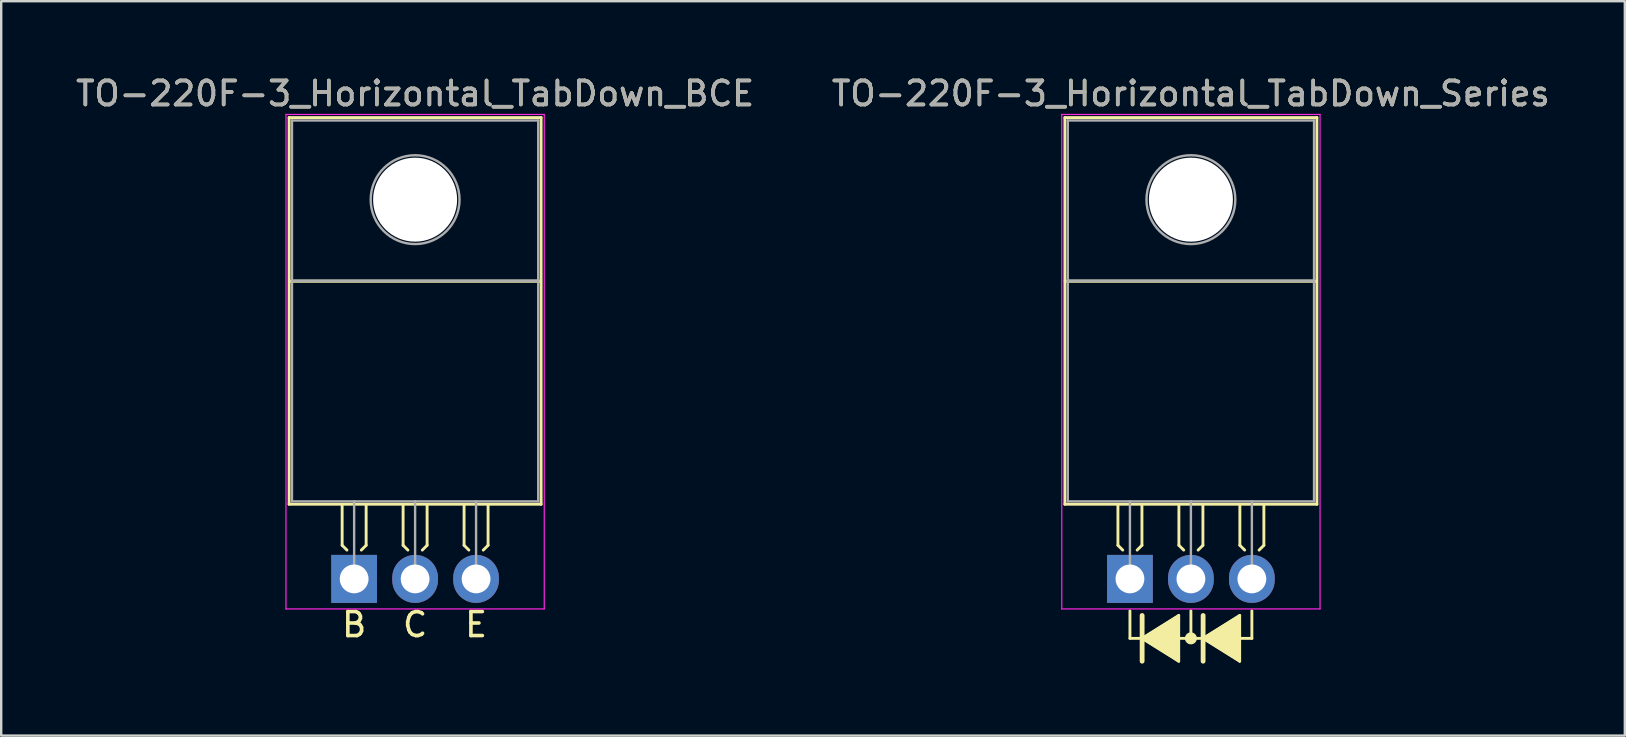
<source format=kicad_pcb>
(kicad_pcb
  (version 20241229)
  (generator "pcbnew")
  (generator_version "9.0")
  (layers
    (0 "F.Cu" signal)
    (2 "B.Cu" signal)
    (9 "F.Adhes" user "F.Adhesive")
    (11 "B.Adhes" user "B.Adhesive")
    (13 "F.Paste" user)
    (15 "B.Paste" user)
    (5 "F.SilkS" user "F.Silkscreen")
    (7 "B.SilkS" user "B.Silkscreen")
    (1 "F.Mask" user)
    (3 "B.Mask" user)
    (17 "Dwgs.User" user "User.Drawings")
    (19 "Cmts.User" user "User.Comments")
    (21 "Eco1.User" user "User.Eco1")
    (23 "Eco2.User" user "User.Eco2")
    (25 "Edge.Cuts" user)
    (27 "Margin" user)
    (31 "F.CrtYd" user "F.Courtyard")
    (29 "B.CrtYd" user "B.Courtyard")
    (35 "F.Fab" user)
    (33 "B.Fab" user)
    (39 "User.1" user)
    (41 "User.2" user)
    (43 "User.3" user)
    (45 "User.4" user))
  (footprint "TO-220F-3_Horizontal_TabDown_Series"
    (layer "F.Cu")
    (at 44.025 21.068)
    (property "Reference" "TO-220F-3_Horizontal_TabDown_Series" (at 2.54 -20.22 0) (layer "F.SilkS") (effects (font (size 1 1) (thickness 0.15))))
    (attr through_hole)
    (fp_line (start -2.71 -19.22) (end -2.71 -3.11) (stroke (width 0.12) (type solid)) (layer "F.SilkS"))
    (fp_line (start -2.71 -19.22) (end 7.79 -19.22) (stroke (width 0.12) (type solid)) (layer "F.SilkS"))
    (fp_line (start -2.71 -3.11) (end 7.79 -3.11) (stroke (width 0.12) (type solid)) (layer "F.SilkS"))
    (fp_line (start -2.7 -12.4) (end 7.75 -12.4) (stroke (width 0.12) (type solid)) (layer "F.SilkS"))
    (fp_line (start -0.5 -3.048) (end -0.5 -1.4) (stroke (width 0.12) (type solid)) (layer "F.SilkS"))
    (fp_line (start -0.5 -1.4) (end -0.3 -1.2) (stroke (width 0.12) (type solid)) (layer "F.SilkS"))
    (fp_line (start 0 1.333) (end 0 2.477) (stroke (width 0.12) (type solid)) (layer "F.SilkS"))
    (fp_line (start 0 2.477) (end 0.508 2.477) (stroke (width 0.12) (type solid)) (layer "F.SilkS"))
    (fp_line (start 0.5 -3.048) (end 0.5 -1.4) (stroke (width 0.12) (type solid)) (layer "F.SilkS"))
    (fp_line (start 0.5 -1.4) (end 0.3 -1.2) (stroke (width 0.12) (type solid)) (layer "F.SilkS"))
    (fp_line (start 0.508 1.524) (end 0.508 3.429) (stroke (width 0.2) (type solid)) (layer "F.SilkS"))
    (fp_line (start 0.508 2.477) (end 2.032 1.524) (stroke (width 0.12) (type solid)) (layer "F.SilkS"))
    (fp_line (start 0.508 2.477) (end 2.032 3.429) (stroke (width 0.12) (type solid)) (layer "F.SilkS"))
    (fp_line (start 2.032 1.714) (end 2.032 1.524) (stroke (width 0.12) (type solid)) (layer "F.SilkS"))
    (fp_line (start 2.032 3.239) (end 2.032 1.714) (stroke (width 0.12) (type solid)) (layer "F.SilkS"))
    (fp_line (start 2.032 3.239) (end 2.032 3.429) (stroke (width 0.12) (type solid)) (layer "F.SilkS"))
    (fp_line (start 2.04 -3.048) (end 2.04 -1.4) (stroke (width 0.12) (type solid)) (layer "F.SilkS"))
    (fp_line (start 2.04 -1.4) (end 2.24 -1.2) (stroke (width 0.12) (type solid)) (layer "F.SilkS"))
    (fp_line (start 2.54 1.333) (end 2.54 2.477) (stroke (width 0.12) (type solid)) (layer "F.SilkS"))
    (fp_line (start 2.54 2.477) (end 2.032 2.477) (stroke (width 0.12) (type solid)) (layer "F.SilkS"))
    (fp_line (start 2.54 2.477) (end 3.048 2.477) (stroke (width 0.12) (type solid)) (layer "F.SilkS"))
    (fp_line (start 3.04 -3.048) (end 3.04 -1.4) (stroke (width 0.12) (type solid)) (layer "F.SilkS"))
    (fp_line (start 3.04 -1.4) (end 2.84 -1.2) (stroke (width 0.12) (type solid)) (layer "F.SilkS"))
    (fp_line (start 3.048 1.524) (end 3.048 3.429) (stroke (width 0.2) (type solid)) (layer "F.SilkS"))
    (fp_line (start 3.048 2.477) (end 4.572 3.429) (stroke (width 0.12) (type solid)) (layer "F.SilkS"))
    (fp_line (start 4.572 1.524) (end 3.048 2.477) (stroke (width 0.12) (type solid)) (layer "F.SilkS"))
    (fp_line (start 4.572 3.429) (end 4.572 1.524) (stroke (width 0.12) (type solid)) (layer "F.SilkS"))
    (fp_line (start 4.58 -3.048) (end 4.58 -1.4) (stroke (width 0.12) (type solid)) (layer "F.SilkS"))
    (fp_line (start 4.58 -1.4) (end 4.78 -1.2) (stroke (width 0.12) (type solid)) (layer "F.SilkS"))
    (fp_line (start 5.08 1.333) (end 5.08 2.477) (stroke (width 0.12) (type solid)) (layer "F.SilkS"))
    (fp_line (start 5.08 2.477) (end 4.572 2.477) (stroke (width 0.12) (type solid)) (layer "F.SilkS"))
    (fp_line (start 5.58 -3.048) (end 5.58 -1.4) (stroke (width 0.12) (type solid)) (layer "F.SilkS"))
    (fp_line (start 5.58 -1.4) (end 5.38 -1.2) (stroke (width 0.12) (type solid)) (layer "F.SilkS"))
    (fp_line (start 7.79 -19.22) (end 7.79 -3.11) (stroke (width 0.12) (type solid)) (layer "F.SilkS"))
    (fp_circle (center 2.54 2.477) (end 2.54 2.54) (stroke (width 0.12) (type solid)) (fill no) (layer "F.SilkS"))
    (fp_circle (center 2.54 2.477) (end 2.54 2.603) (stroke (width 0.12) (type solid)) (fill no) (layer "F.SilkS"))
    (fp_circle (center 2.54 2.477) (end 2.54 2.667) (stroke (width 0.12) (type solid)) (fill no) (layer "F.SilkS"))
    (fp_poly (pts (xy 0.508 2.477) (xy 2.032 1.524) (xy 2.032 3.429)) (stroke (width 0.1) (type solid)) (fill yes) (layer "F.SilkS"))
    (fp_poly (pts (xy 4.572 3.429) (xy 3.048 2.477) (xy 4.572 1.524)) (stroke (width 0.1) (type solid)) (fill yes) (layer "F.SilkS"))
    (fp_line (start -2.84 -19.35) (end -2.84 1.25) (stroke (width 0.05) (type solid)) (layer "F.CrtYd"))
    (fp_line (start -2.84 1.25) (end 7.92 1.25) (stroke (width 0.05) (type solid)) (layer "F.CrtYd"))
    (fp_line (start 7.92 -19.35) (end -2.84 -19.35) (stroke (width 0.05) (type solid)) (layer "F.CrtYd"))
    (fp_line (start 7.92 1.25) (end 7.92 -19.35) (stroke (width 0.05) (type solid)) (layer "F.CrtYd"))
    (fp_line (start -2.59 -19.1) (end 7.67 -19.1) (stroke (width 0.1) (type solid)) (layer "F.Fab"))
    (fp_line (start -2.59 -12.42) (end -2.59 -19.1) (stroke (width 0.1) (type solid)) (layer "F.Fab"))
    (fp_line (start -2.59 -12.42) (end 7.67 -12.42) (stroke (width 0.1) (type solid)) (layer "F.Fab"))
    (fp_line (start -2.59 -3.23) (end -2.59 -12.42) (stroke (width 0.1) (type solid)) (layer "F.Fab"))
    (fp_line (start 0 -3.23) (end 0 0) (stroke (width 0.1) (type solid)) (layer "F.Fab"))
    (fp_line (start 2.54 -3.23) (end 2.54 0) (stroke (width 0.1) (type solid)) (layer "F.Fab"))
    (fp_line (start 5.08 -3.23) (end 5.08 0) (stroke (width 0.1) (type solid)) (layer "F.Fab"))
    (fp_line (start 7.67 -19.1) (end 7.67 -12.42) (stroke (width 0.1) (type solid)) (layer "F.Fab"))
    (fp_line (start 7.67 -12.42) (end -2.59 -12.42) (stroke (width 0.1) (type solid)) (layer "F.Fab"))
    (fp_line (start 7.67 -12.42) (end 7.67 -3.23) (stroke (width 0.1) (type solid)) (layer "F.Fab"))
    (fp_line (start 7.67 -3.23) (end -2.59 -3.23) (stroke (width 0.1) (type solid)) (layer "F.Fab"))
    (fp_circle (center 2.54 -15.8) (end 4.39 -15.8) (stroke (width 0.1) (type solid)) (fill no) (layer "F.Fab"))
    (fp_text user "${REFERENCE}" (at 2.54 -20.22 0) (layer "F.Fab") (effects (font (size 1 1) (thickness 0.15))))
    (pad "" np_thru_hole oval (at 2.54 -15.8) (size 3.5 3.5) (drill 3.5) (layers "*.Cu" "*.Mask"))
    (pad "1" thru_hole rect (at 0 0) (size 1.905 2) (drill 1.2) (layers "*.Cu" "*.Mask"))
    (pad "2" thru_hole oval (at 2.54 0) (size 1.905 2) (drill 1.2) (layers "*.Cu" "*.Mask"))
    (pad "3" thru_hole oval (at 5.08 0) (size 1.905 2) (drill 1.2) (layers "*.Cu" "*.Mask")))
  (footprint "TO-220F-3_Horizontal_TabDown_BCE"
    (layer "F.Cu")
    (at 11.704 21.068)
    (property "Reference" "TO-220F-3_Horizontal_TabDown_BCE" (at 2.54 -20.22 0) (layer "F.SilkS") (effects (font (size 1 1) (thickness 0.15))))
    (attr through_hole)
    (fp_line (start -2.71 -19.22) (end -2.71 -3.11) (stroke (width 0.12) (type solid)) (layer "F.SilkS"))
    (fp_line (start -2.71 -19.22) (end 7.79 -19.22) (stroke (width 0.12) (type solid)) (layer "F.SilkS"))
    (fp_line (start -2.71 -3.11) (end 7.79 -3.11) (stroke (width 0.12) (type solid)) (layer "F.SilkS"))
    (fp_line (start -2.7 -12.4) (end 7.75 -12.4) (stroke (width 0.12) (type solid)) (layer "F.SilkS"))
    (fp_line (start -0.5 -3.048) (end -0.5 -1.4) (stroke (width 0.12) (type solid)) (layer "F.SilkS"))
    (fp_line (start -0.5 -1.4) (end -0.3 -1.2) (stroke (width 0.12) (type solid)) (layer "F.SilkS"))
    (fp_line (start 0.5 -3.048) (end 0.5 -1.4) (stroke (width 0.12) (type solid)) (layer "F.SilkS"))
    (fp_line (start 0.5 -1.4) (end 0.3 -1.2) (stroke (width 0.12) (type solid)) (layer "F.SilkS"))
    (fp_line (start 2.04 -3.048) (end 2.04 -1.4) (stroke (width 0.12) (type solid)) (layer "F.SilkS"))
    (fp_line (start 2.04 -1.4) (end 2.24 -1.2) (stroke (width 0.12) (type solid)) (layer "F.SilkS"))
    (fp_line (start 3.04 -3.048) (end 3.04 -1.4) (stroke (width 0.12) (type solid)) (layer "F.SilkS"))
    (fp_line (start 3.04 -1.4) (end 2.84 -1.2) (stroke (width 0.12) (type solid)) (layer "F.SilkS"))
    (fp_line (start 4.58 -3.048) (end 4.58 -1.4) (stroke (width 0.12) (type solid)) (layer "F.SilkS"))
    (fp_line (start 4.58 -1.4) (end 4.78 -1.2) (stroke (width 0.12) (type solid)) (layer "F.SilkS"))
    (fp_line (start 5.58 -3.048) (end 5.58 -1.4) (stroke (width 0.12) (type solid)) (layer "F.SilkS"))
    (fp_line (start 5.58 -1.4) (end 5.38 -1.2) (stroke (width 0.12) (type solid)) (layer "F.SilkS"))
    (fp_line (start 7.79 -19.22) (end 7.79 -3.11) (stroke (width 0.12) (type solid)) (layer "F.SilkS"))
    (fp_line (start -2.84 -19.35) (end -2.84 1.25) (stroke (width 0.05) (type solid)) (layer "F.CrtYd"))
    (fp_line (start -2.84 1.25) (end 7.92 1.25) (stroke (width 0.05) (type solid)) (layer "F.CrtYd"))
    (fp_line (start 7.92 -19.35) (end -2.84 -19.35) (stroke (width 0.05) (type solid)) (layer "F.CrtYd"))
    (fp_line (start 7.92 1.25) (end 7.92 -19.35) (stroke (width 0.05) (type solid)) (layer "F.CrtYd"))
    (fp_line (start -2.59 -19.1) (end 7.67 -19.1) (stroke (width 0.1) (type solid)) (layer "F.Fab"))
    (fp_line (start -2.59 -12.42) (end -2.59 -19.1) (stroke (width 0.1) (type solid)) (layer "F.Fab"))
    (fp_line (start -2.59 -12.42) (end 7.67 -12.42) (stroke (width 0.1) (type solid)) (layer "F.Fab"))
    (fp_line (start -2.59 -3.23) (end -2.59 -12.42) (stroke (width 0.1) (type solid)) (layer "F.Fab"))
    (fp_line (start 0 -3.23) (end 0 0) (stroke (width 0.1) (type solid)) (layer "F.Fab"))
    (fp_line (start 2.54 -3.23) (end 2.54 0) (stroke (width 0.1) (type solid)) (layer "F.Fab"))
    (fp_line (start 5.08 -3.23) (end 5.08 0) (stroke (width 0.1) (type solid)) (layer "F.Fab"))
    (fp_line (start 7.67 -19.1) (end 7.67 -12.42) (stroke (width 0.1) (type solid)) (layer "F.Fab"))
    (fp_line (start 7.67 -12.42) (end -2.59 -12.42) (stroke (width 0.1) (type solid)) (layer "F.Fab"))
    (fp_line (start 7.67 -12.42) (end 7.67 -3.23) (stroke (width 0.1) (type solid)) (layer "F.Fab"))
    (fp_line (start 7.67 -3.23) (end -2.59 -3.23) (stroke (width 0.1) (type solid)) (layer "F.Fab"))
    (fp_circle (center 2.54 -15.8) (end 4.39 -15.8) (stroke (width 0.1) (type solid)) (fill no) (layer "F.Fab"))
    (fp_text user "B" (at 0 1.905 0) (layer "F.SilkS") (effects (font (size 1 1) (thickness 0.15))))
    (fp_text user "E" (at 5.08 1.905 0) (layer "F.SilkS") (effects (font (size 1 1) (thickness 0.15))))
    (fp_text user "C" (at 2.54 1.905 0) (layer "F.SilkS") (effects (font (size 1 1) (thickness 0.15))))
    (fp_text user "${REFERENCE}" (at 2.54 -20.22 0) (layer "F.Fab") (effects (font (size 1 1) (thickness 0.15))))
    (pad "" np_thru_hole oval (at 2.54 -15.8) (size 3.5 3.5) (drill 3.5) (layers "*.Cu" "*.Mask"))
    (pad "1" thru_hole rect (at 0 0) (size 1.905 2) (drill 1.2) (layers "*.Cu" "*.Mask"))
    (pad "2" thru_hole oval (at 2.54 0) (size 1.905 2) (drill 1.2) (layers "*.Cu" "*.Mask"))
    (pad "3" thru_hole oval (at 5.08 0) (size 1.905 2) (drill 1.2) (layers "*.Cu" "*.Mask")))
  (gr_rect
    (start -3 -3)
    (end 64.643 27.597)
    (stroke (width 0.1) (type default))
    (fill no)
    (layer "Edge.Cuts")))
</source>
